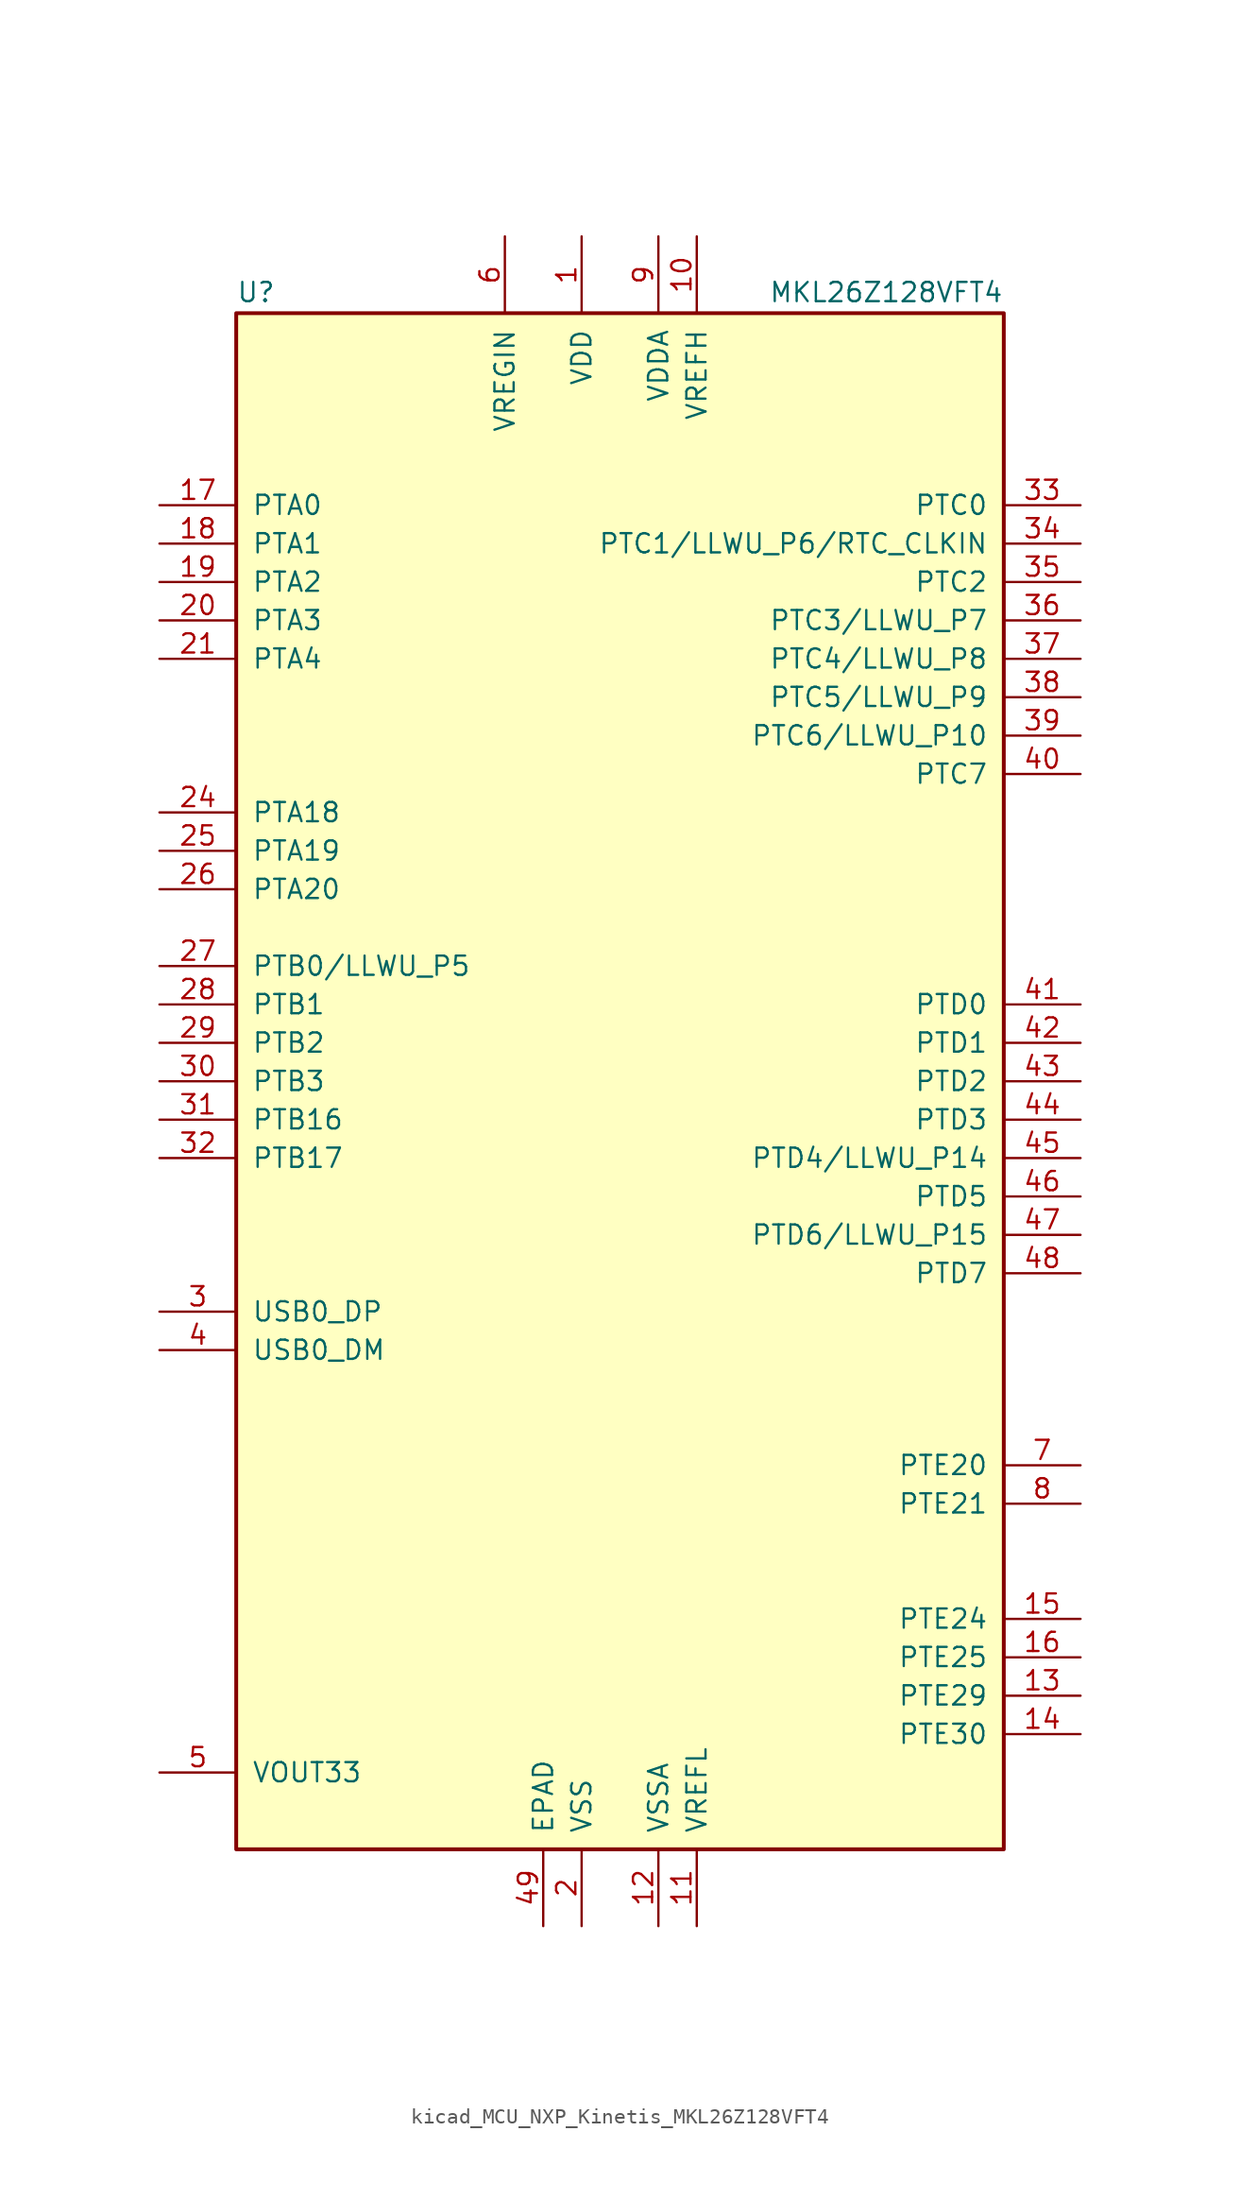
<source format=kicad_sym>
(kicad_symbol_lib
  (version 20220914)
  (generator kicad_symbol_editor)
  (symbol "kicad_MCU_NXP_Kinetis_MKL26Z128VFT4"
    (pin_names
      (offset 1.016))
    (property "Reference" "U"
      (at -25.4 51.435 0)
      (effects (font (size 1.27 1.27)) (justify left bottom)))
    (property "Value" "MKL26Z128VFT4"
      (at 25.4 51.435 0)
      (effects (font (size 1.27 1.27)) (justify right bottom)))
    (symbol "kicad_MCU_NXP_Kinetis_MKL26Z128VFT4_0_1"
      (rectangle (start -25.4 50.8) (end 25.4 -50.8) (stroke (width 0.254) (type default)) (fill (type background))))
    (symbol "kicad_MCU_NXP_Kinetis_MKL26Z128VFT4_1_1"
      (pin power_in line (at -2.54 55.88 270) (length 5.08) (name "VDD" (effects (font (size 1.27 1.27)))) (number "1" (effects (font (size 1.27 1.27)))))
      (pin power_in line (at 5.08 55.88 270) (length 5.08) (name "VREFH" (effects (font (size 1.27 1.27)))) (number "10" (effects (font (size 1.27 1.27)))))
      (pin power_in line (at 5.08 -55.88 90) (length 5.08) (name "VREFL" (effects (font (size 1.27 1.27)))) (number "11" (effects (font (size 1.27 1.27)))))
      (pin power_in line (at 2.54 -55.88 90) (length 5.08) (name "VSSA" (effects (font (size 1.27 1.27)))) (number "12" (effects (font (size 1.27 1.27)))))
      (pin bidirectional line (at 30.48 -40.64 180) (length 5.08) (name "PTE29" (effects (font (size 1.27 1.27)))) (number "13" (effects (font (size 1.27 1.27)))))
      (pin bidirectional line (at 30.48 -43.18 180) (length 5.08) (name "PTE30" (effects (font (size 1.27 1.27)))) (number "14" (effects (font (size 1.27 1.27)))))
      (pin bidirectional line (at 30.48 -35.56 180) (length 5.08) (name "PTE24" (effects (font (size 1.27 1.27)))) (number "15" (effects (font (size 1.27 1.27)))))
      (pin bidirectional line (at 30.48 -38.1 180) (length 5.08) (name "PTE25" (effects (font (size 1.27 1.27)))) (number "16" (effects (font (size 1.27 1.27)))))
      (pin bidirectional line (at -30.48 38.1 0) (length 5.08) (name "PTA0" (effects (font (size 1.27 1.27)))) (number "17" (effects (font (size 1.27 1.27)))))
      (pin bidirectional line (at -30.48 35.56 0) (length 5.08) (name "PTA1" (effects (font (size 1.27 1.27)))) (number "18" (effects (font (size 1.27 1.27)))))
      (pin bidirectional line (at -30.48 33.02 0) (length 5.08) (name "PTA2" (effects (font (size 1.27 1.27)))) (number "19" (effects (font (size 1.27 1.27)))))
      (pin power_in line (at -2.54 -55.88 90) (length 5.08) (name "VSS" (effects (font (size 1.27 1.27)))) (number "2" (effects (font (size 1.27 1.27)))))
      (pin bidirectional line (at -30.48 30.48 0) (length 5.08) (name "PTA3" (effects (font (size 1.27 1.27)))) (number "20" (effects (font (size 1.27 1.27)))))
      (pin bidirectional line (at -30.48 27.94 0) (length 5.08) (name "PTA4" (effects (font (size 1.27 1.27)))) (number "21" (effects (font (size 1.27 1.27)))))
      (pin passive line (at -2.54 55.88 270) (length 5.08) hide (name "VDD" (effects (font (size 1.27 1.27)))) (number "22" (effects (font (size 1.27 1.27)))))
      (pin passive line (at -2.54 -55.88 90) (length 5.08) hide (name "VSS" (effects (font (size 1.27 1.27)))) (number "23" (effects (font (size 1.27 1.27)))))
      (pin bidirectional line (at -30.48 17.78 0) (length 5.08) (name "PTA18" (effects (font (size 1.27 1.27)))) (number "24" (effects (font (size 1.27 1.27)))))
      (pin bidirectional line (at -30.48 15.24 0) (length 5.08) (name "PTA19" (effects (font (size 1.27 1.27)))) (number "25" (effects (font (size 1.27 1.27)))))
      (pin bidirectional line (at -30.48 12.7 0) (length 5.08) (name "PTA20" (effects (font (size 1.27 1.27)))) (number "26" (effects (font (size 1.27 1.27)))))
      (pin bidirectional line (at -30.48 7.62 0) (length 5.08) (name "PTB0/LLWU_P5" (effects (font (size 1.27 1.27)))) (number "27" (effects (font (size 1.27 1.27)))))
      (pin bidirectional line (at -30.48 5.08 0) (length 5.08) (name "PTB1" (effects (font (size 1.27 1.27)))) (number "28" (effects (font (size 1.27 1.27)))))
      (pin bidirectional line (at -30.48 2.54 0) (length 5.08) (name "PTB2" (effects (font (size 1.27 1.27)))) (number "29" (effects (font (size 1.27 1.27)))))
      (pin bidirectional line (at -30.48 -15.24 0) (length 5.08) (name "USB0_DP" (effects (font (size 1.27 1.27)))) (number "3" (effects (font (size 1.27 1.27)))))
      (pin bidirectional line (at -30.48 0 0) (length 5.08) (name "PTB3" (effects (font (size 1.27 1.27)))) (number "30" (effects (font (size 1.27 1.27)))))
      (pin bidirectional line (at -30.48 -2.54 0) (length 5.08) (name "PTB16" (effects (font (size 1.27 1.27)))) (number "31" (effects (font (size 1.27 1.27)))))
      (pin bidirectional line (at -30.48 -5.08 0) (length 5.08) (name "PTB17" (effects (font (size 1.27 1.27)))) (number "32" (effects (font (size 1.27 1.27)))))
      (pin bidirectional line (at 30.48 38.1 180) (length 5.08) (name "PTC0" (effects (font (size 1.27 1.27)))) (number "33" (effects (font (size 1.27 1.27)))))
      (pin bidirectional line (at 30.48 35.56 180) (length 5.08) (name "PTC1/LLWU_P6/RTC_CLKIN" (effects (font (size 1.27 1.27)))) (number "34" (effects (font (size 1.27 1.27)))))
      (pin bidirectional line (at 30.48 33.02 180) (length 5.08) (name "PTC2" (effects (font (size 1.27 1.27)))) (number "35" (effects (font (size 1.27 1.27)))))
      (pin bidirectional line (at 30.48 30.48 180) (length 5.08) (name "PTC3/LLWU_P7" (effects (font (size 1.27 1.27)))) (number "36" (effects (font (size 1.27 1.27)))))
      (pin bidirectional line (at 30.48 27.94 180) (length 5.08) (name "PTC4/LLWU_P8" (effects (font (size 1.27 1.27)))) (number "37" (effects (font (size 1.27 1.27)))))
      (pin bidirectional line (at 30.48 25.4 180) (length 5.08) (name "PTC5/LLWU_P9" (effects (font (size 1.27 1.27)))) (number "38" (effects (font (size 1.27 1.27)))))
      (pin bidirectional line (at 30.48 22.86 180) (length 5.08) (name "PTC6/LLWU_P10" (effects (font (size 1.27 1.27)))) (number "39" (effects (font (size 1.27 1.27)))))
      (pin bidirectional line (at -30.48 -17.78 0) (length 5.08) (name "USB0_DM" (effects (font (size 1.27 1.27)))) (number "4" (effects (font (size 1.27 1.27)))))
      (pin bidirectional line (at 30.48 20.32 180) (length 5.08) (name "PTC7" (effects (font (size 1.27 1.27)))) (number "40" (effects (font (size 1.27 1.27)))))
      (pin bidirectional line (at 30.48 5.08 180) (length 5.08) (name "PTD0" (effects (font (size 1.27 1.27)))) (number "41" (effects (font (size 1.27 1.27)))))
      (pin bidirectional line (at 30.48 2.54 180) (length 5.08) (name "PTD1" (effects (font (size 1.27 1.27)))) (number "42" (effects (font (size 1.27 1.27)))))
      (pin bidirectional line (at 30.48 0 180) (length 5.08) (name "PTD2" (effects (font (size 1.27 1.27)))) (number "43" (effects (font (size 1.27 1.27)))))
      (pin bidirectional line (at 30.48 -2.54 180) (length 5.08) (name "PTD3" (effects (font (size 1.27 1.27)))) (number "44" (effects (font (size 1.27 1.27)))))
      (pin bidirectional line (at 30.48 -5.08 180) (length 5.08) (name "PTD4/LLWU_P14" (effects (font (size 1.27 1.27)))) (number "45" (effects (font (size 1.27 1.27)))))
      (pin bidirectional line (at 30.48 -7.62 180) (length 5.08) (name "PTD5" (effects (font (size 1.27 1.27)))) (number "46" (effects (font (size 1.27 1.27)))))
      (pin bidirectional line (at 30.48 -10.16 180) (length 5.08) (name "PTD6/LLWU_P15" (effects (font (size 1.27 1.27)))) (number "47" (effects (font (size 1.27 1.27)))))
      (pin bidirectional line (at 30.48 -12.7 180) (length 5.08) (name "PTD7" (effects (font (size 1.27 1.27)))) (number "48" (effects (font (size 1.27 1.27)))))
      (pin power_in line (at -5.08 -55.88 90) (length 5.08) (name "EPAD" (effects (font (size 1.27 1.27)))) (number "49" (effects (font (size 1.27 1.27)))))
      (pin power_out line (at -30.48 -45.72 0) (length 5.08) (name "VOUT33" (effects (font (size 1.27 1.27)))) (number "5" (effects (font (size 1.27 1.27)))))
      (pin power_in line (at -7.62 55.88 270) (length 5.08) (name "VREGIN" (effects (font (size 1.27 1.27)))) (number "6" (effects (font (size 1.27 1.27)))))
      (pin bidirectional line (at 30.48 -25.4 180) (length 5.08) (name "PTE20" (effects (font (size 1.27 1.27)))) (number "7" (effects (font (size 1.27 1.27)))))
      (pin bidirectional line (at 30.48 -27.94 180) (length 5.08) (name "PTE21" (effects (font (size 1.27 1.27)))) (number "8" (effects (font (size 1.27 1.27)))))
      (pin power_in line (at 2.54 55.88 270) (length 5.08) (name "VDDA" (effects (font (size 1.27 1.27)))) (number "9" (effects (font (size 1.27 1.27))))))))
</source>
